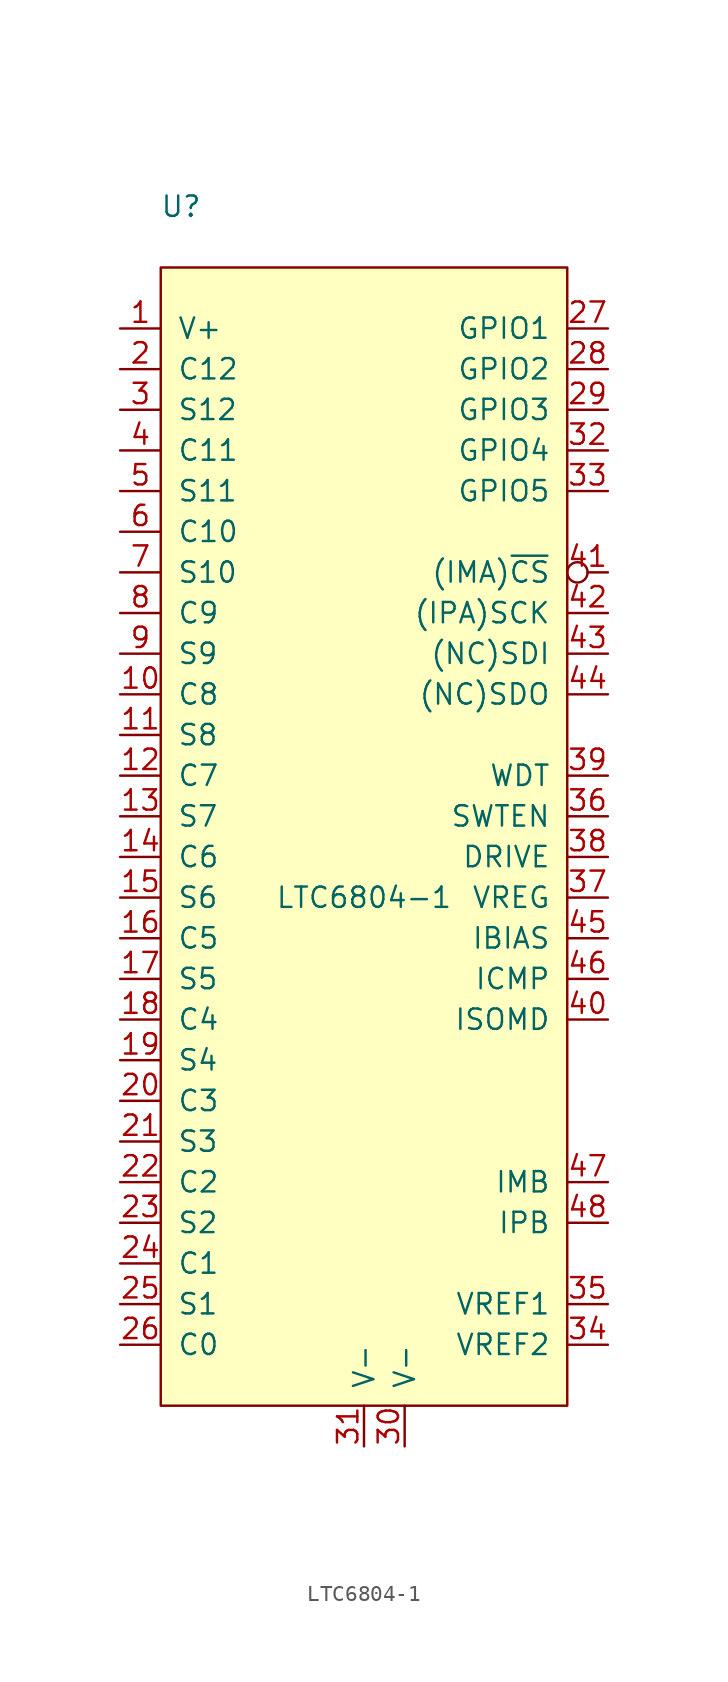
<source format=kicad_sym>
(kicad_symbol_lib
  (version 20241209)
  (generator "kicad_symbol_editor")
  (generator_version "9.0")
  (symbol "LTC6804-1"
    (pin_names
      (offset 1.016))
    (property "Reference" "U"
      (at 3.81 71.12 0)
      (effects (font (size 1.27 1.27))))
    (property "Value" "LTC6804-1"
      (at 15.24 27.94 0)
      (effects (font (size 1.27 1.27))))
    (symbol "LTC6804-1_0_1"
      (rectangle (start 2.54 -3.81) (end 27.94 67.31) (stroke (width 0) (type solid)) (fill (type background))))
    (symbol "LTC6804-1_1_1"
      (pin input line (at 0 63.5 0) (length 2.54) (name "V+" (effects (font (size 1.27 1.27)))) (number "1" (effects (font (size 1.27 1.27)))))
      (pin input line (at 0 60.96 0) (length 2.54) (name "C12" (effects (font (size 1.27 1.27)))) (number "2" (effects (font (size 1.27 1.27)))))
      (pin output line (at 0 58.42 0) (length 2.54) (name "S12" (effects (font (size 1.27 1.27)))) (number "3" (effects (font (size 1.27 1.27)))))
      (pin input line (at 0 55.88 0) (length 2.54) (name "C11" (effects (font (size 1.27 1.27)))) (number "4" (effects (font (size 1.27 1.27)))))
      (pin output line (at 0 53.34 0) (length 2.54) (name "S11" (effects (font (size 1.27 1.27)))) (number "5" (effects (font (size 1.27 1.27)))))
      (pin input line (at 0 50.8 0) (length 2.54) (name "C10" (effects (font (size 1.27 1.27)))) (number "6" (effects (font (size 1.27 1.27)))))
      (pin output line (at 0 48.26 0) (length 2.54) (name "S10" (effects (font (size 1.27 1.27)))) (number "7" (effects (font (size 1.27 1.27)))))
      (pin input line (at 0 45.72 0) (length 2.54) (name "C9" (effects (font (size 1.27 1.27)))) (number "8" (effects (font (size 1.27 1.27)))))
      (pin output line (at 0 43.18 0) (length 2.54) (name "S9" (effects (font (size 1.27 1.27)))) (number "9" (effects (font (size 1.27 1.27)))))
      (pin input line (at 0 40.64 0) (length 2.54) (name "C8" (effects (font (size 1.27 1.27)))) (number "10" (effects (font (size 1.27 1.27)))))
      (pin output line (at 0 38.1 0) (length 2.54) (name "S8" (effects (font (size 1.27 1.27)))) (number "11" (effects (font (size 1.27 1.27)))))
      (pin input line (at 0 35.56 0) (length 2.54) (name "C7" (effects (font (size 1.27 1.27)))) (number "12" (effects (font (size 1.27 1.27)))))
      (pin output line (at 0 33.02 0) (length 2.54) (name "S7" (effects (font (size 1.27 1.27)))) (number "13" (effects (font (size 1.27 1.27)))))
      (pin input line (at 0 30.48 0) (length 2.54) (name "C6" (effects (font (size 1.27 1.27)))) (number "14" (effects (font (size 1.27 1.27)))))
      (pin output line (at 0 27.94 0) (length 2.54) (name "S6" (effects (font (size 1.27 1.27)))) (number "15" (effects (font (size 1.27 1.27)))))
      (pin input line (at 0 25.4 0) (length 2.54) (name "C5" (effects (font (size 1.27 1.27)))) (number "16" (effects (font (size 1.27 1.27)))))
      (pin output line (at 0 22.86 0) (length 2.54) (name "S5" (effects (font (size 1.27 1.27)))) (number "17" (effects (font (size 1.27 1.27)))))
      (pin input line (at 0 20.32 0) (length 2.54) (name "C4" (effects (font (size 1.27 1.27)))) (number "18" (effects (font (size 1.27 1.27)))))
      (pin output line (at 0 17.78 0) (length 2.54) (name "S4" (effects (font (size 1.27 1.27)))) (number "19" (effects (font (size 1.27 1.27)))))
      (pin input line (at 0 15.24 0) (length 2.54) (name "C3" (effects (font (size 1.27 1.27)))) (number "20" (effects (font (size 1.27 1.27)))))
      (pin output line (at 0 12.7 0) (length 2.54) (name "S3" (effects (font (size 1.27 1.27)))) (number "21" (effects (font (size 1.27 1.27)))))
      (pin input line (at 0 10.16 0) (length 2.54) (name "C2" (effects (font (size 1.27 1.27)))) (number "22" (effects (font (size 1.27 1.27)))))
      (pin output line (at 0 7.62 0) (length 2.54) (name "S2" (effects (font (size 1.27 1.27)))) (number "23" (effects (font (size 1.27 1.27)))))
      (pin input line (at 0 5.08 0) (length 2.54) (name "C1" (effects (font (size 1.27 1.27)))) (number "24" (effects (font (size 1.27 1.27)))))
      (pin output line (at 0 2.54 0) (length 2.54) (name "S1" (effects (font (size 1.27 1.27)))) (number "25" (effects (font (size 1.27 1.27)))))
      (pin input line (at 0 0 0) (length 2.54) (name "C0" (effects (font (size 1.27 1.27)))) (number "26" (effects (font (size 1.27 1.27)))))
      (pin bidirectional line (at 15.24 -6.35 90) (length 2.54) (name "V-" (effects (font (size 1.27 1.27)))) (number "31" (effects (font (size 1.27 1.27)))))
      (pin bidirectional line (at 17.78 -6.35 90) (length 2.54) (name "V-" (effects (font (size 1.27 1.27)))) (number "30" (effects (font (size 1.27 1.27)))))
      (pin bidirectional line (at 30.48 63.5 180) (length 2.54) (name "GPIO1" (effects (font (size 1.27 1.27)))) (number "27" (effects (font (size 1.27 1.27)))))
      (pin bidirectional line (at 30.48 60.96 180) (length 2.54) (name "GPIO2" (effects (font (size 1.27 1.27)))) (number "28" (effects (font (size 1.27 1.27)))))
      (pin bidirectional line (at 30.48 58.42 180) (length 2.54) (name "GPIO3" (effects (font (size 1.27 1.27)))) (number "29" (effects (font (size 1.27 1.27)))))
      (pin bidirectional line (at 30.48 55.88 180) (length 2.54) (name "GPIO4" (effects (font (size 1.27 1.27)))) (number "32" (effects (font (size 1.27 1.27)))))
      (pin bidirectional line (at 30.48 53.34 180) (length 2.54) (name "GPIO5" (effects (font (size 1.27 1.27)))) (number "33" (effects (font (size 1.27 1.27)))))
      (pin bidirectional inverted (at 30.48 48.26 180) (length 2.54) (name "(IMA)~{CS}" (effects (font (size 1.27 1.27)))) (number "41" (effects (font (size 1.27 1.27)))))
      (pin bidirectional line (at 30.48 45.72 180) (length 2.54) (name "(IPA)SCK" (effects (font (size 1.27 1.27)))) (number "42" (effects (font (size 1.27 1.27)))))
      (pin bidirectional line (at 30.48 43.18 180) (length 2.54) (name "(NC)SDI" (effects (font (size 1.27 1.27)))) (number "43" (effects (font (size 1.27 1.27)))))
      (pin bidirectional line (at 30.48 40.64 180) (length 2.54) (name "(NC)SDO" (effects (font (size 1.27 1.27)))) (number "44" (effects (font (size 1.27 1.27)))))
      (pin open_collector line (at 30.48 35.56 180) (length 2.54) (name "WDT" (effects (font (size 1.27 1.27)))) (number "39" (effects (font (size 1.27 1.27)))))
      (pin bidirectional line (at 30.48 33.02 180) (length 2.54) (name "SWTEN" (effects (font (size 1.27 1.27)))) (number "36" (effects (font (size 1.27 1.27)))))
      (pin bidirectional line (at 30.48 30.48 180) (length 2.54) (name "DRIVE" (effects (font (size 1.27 1.27)))) (number "38" (effects (font (size 1.27 1.27)))))
      (pin bidirectional line (at 30.48 27.94 180) (length 2.54) (name "VREG" (effects (font (size 1.27 1.27)))) (number "37" (effects (font (size 1.27 1.27)))))
      (pin passive line (at 30.48 25.4 180) (length 2.54) (name "IBIAS" (effects (font (size 1.27 1.27)))) (number "45" (effects (font (size 1.27 1.27)))))
      (pin passive line (at 30.48 22.86 180) (length 2.54) (name "ICMP" (effects (font (size 1.27 1.27)))) (number "46" (effects (font (size 1.27 1.27)))))
      (pin bidirectional line (at 30.48 20.32 180) (length 2.54) (name "ISOMD" (effects (font (size 1.27 1.27)))) (number "40" (effects (font (size 1.27 1.27)))))
      (pin passive line (at 30.48 10.16 180) (length 2.54) (name "IMB" (effects (font (size 1.27 1.27)))) (number "47" (effects (font (size 1.27 1.27)))))
      (pin passive line (at 30.48 7.62 180) (length 2.54) (name "IPB" (effects (font (size 1.27 1.27)))) (number "48" (effects (font (size 1.27 1.27)))))
      (pin bidirectional line (at 30.48 2.54 180) (length 2.54) (name "VREF1" (effects (font (size 1.27 1.27)))) (number "35" (effects (font (size 1.27 1.27)))))
      (pin bidirectional line (at 30.48 0 180) (length 2.54) (name "VREF2" (effects (font (size 1.27 1.27)))) (number "34" (effects (font (size 1.27 1.27))))))))
</source>
